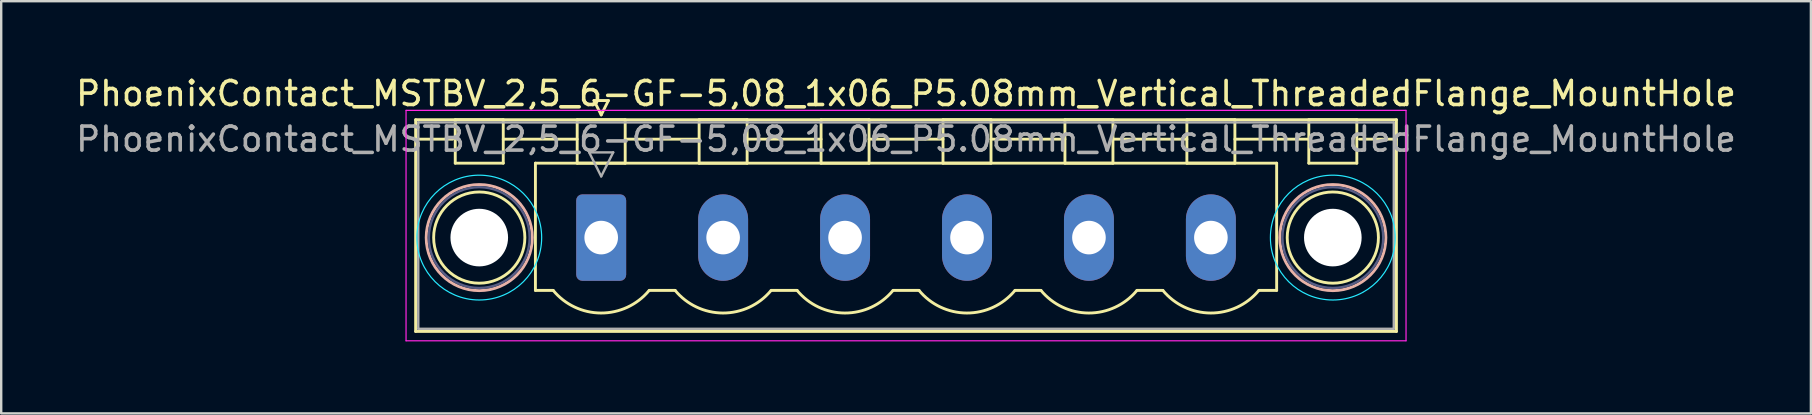
<source format=kicad_pcb>
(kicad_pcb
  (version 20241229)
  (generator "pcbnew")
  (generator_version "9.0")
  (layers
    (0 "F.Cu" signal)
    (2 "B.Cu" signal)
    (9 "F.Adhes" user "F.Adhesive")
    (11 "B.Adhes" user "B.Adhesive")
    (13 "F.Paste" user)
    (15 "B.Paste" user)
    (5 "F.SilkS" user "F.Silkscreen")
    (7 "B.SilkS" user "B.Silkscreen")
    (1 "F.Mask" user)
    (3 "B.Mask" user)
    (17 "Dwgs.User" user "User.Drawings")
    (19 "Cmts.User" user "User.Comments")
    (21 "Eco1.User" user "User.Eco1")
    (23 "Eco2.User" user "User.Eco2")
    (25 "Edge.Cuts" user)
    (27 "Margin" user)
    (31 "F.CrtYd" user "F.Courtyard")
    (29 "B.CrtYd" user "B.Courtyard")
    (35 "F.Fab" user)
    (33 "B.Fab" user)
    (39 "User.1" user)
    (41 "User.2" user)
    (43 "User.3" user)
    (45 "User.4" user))
  (footprint "PhoenixContact_MSTBV_2,5_6-GF-5,08_1x06_P5.08mm_Vertical_ThreadedFlange_MountHole"
    (layer "F.Cu")
    (at 21.996 6.848)
    (property "Reference" "PhoenixContact_MSTBV_2,5_6-GF-5,08_1x06_P5.08mm_Vertical_ThreadedFlange_MountHole" (at 12.7 -6 0) (layer "F.SilkS") (effects (font (size 1 1) (thickness 0.15))))
    (attr through_hole)
    (fp_line (start -7.73 -4.91) (end -7.73 3.91) (stroke (width 0.12) (type solid)) (layer "F.SilkS"))
    (fp_line (start -7.73 -4.1) (end -6.19 -4.1) (stroke (width 0.12) (type solid)) (layer "F.SilkS"))
    (fp_line (start -7.73 3.91) (end 33.13 3.91) (stroke (width 0.12) (type solid)) (layer "F.SilkS"))
    (fp_line (start -6.08 -4.91) (end -4.08 -4.91) (stroke (width 0.12) (type solid)) (layer "F.SilkS"))
    (fp_line (start -6.08 -3.1) (end -6.08 -4.91) (stroke (width 0.12) (type solid)) (layer "F.SilkS"))
    (fp_line (start -4.08 -4.91) (end -4.08 -3.1) (stroke (width 0.12) (type solid)) (layer "F.SilkS"))
    (fp_line (start -4.08 -4.1) (end -1 -4.1) (stroke (width 0.12) (type solid)) (layer "F.SilkS"))
    (fp_line (start -4.08 -3.1) (end -6.08 -3.1) (stroke (width 0.12) (type solid)) (layer "F.SilkS"))
    (fp_line (start -2.74 -3.1) (end 28.14 -3.1) (stroke (width 0.12) (type solid)) (layer "F.SilkS"))
    (fp_line (start -2.74 2.2) (end -2.74 -3.1) (stroke (width 0.12) (type solid)) (layer "F.SilkS"))
    (fp_line (start -2 2.2) (end -2.74 2.2) (stroke (width 0.12) (type solid)) (layer "F.SilkS"))
    (fp_line (start -1 -4.91) (end 1 -4.91) (stroke (width 0.12) (type solid)) (layer "F.SilkS"))
    (fp_line (start -1 -3.1) (end -1 -4.91) (stroke (width 0.12) (type solid)) (layer "F.SilkS"))
    (fp_line (start -0.3 -5.71) (end 0.3 -5.71) (stroke (width 0.12) (type solid)) (layer "F.SilkS"))
    (fp_line (start 0 -5.11) (end -0.3 -5.71) (stroke (width 0.12) (type solid)) (layer "F.SilkS"))
    (fp_line (start 0.3 -5.71) (end 0 -5.11) (stroke (width 0.12) (type solid)) (layer "F.SilkS"))
    (fp_line (start 1 -4.91) (end 1 -3.1) (stroke (width 0.12) (type solid)) (layer "F.SilkS"))
    (fp_line (start 1 -4.1) (end 4.08 -4.1) (stroke (width 0.12) (type solid)) (layer "F.SilkS"))
    (fp_line (start 1 -3.1) (end -1 -3.1) (stroke (width 0.12) (type solid)) (layer "F.SilkS"))
    (fp_line (start 2 2.2) (end 3.08 2.2) (stroke (width 0.12) (type solid)) (layer "F.SilkS"))
    (fp_line (start 4.08 -4.91) (end 6.08 -4.91) (stroke (width 0.12) (type solid)) (layer "F.SilkS"))
    (fp_line (start 4.08 -3.1) (end 4.08 -4.91) (stroke (width 0.12) (type solid)) (layer "F.SilkS"))
    (fp_line (start 6.08 -4.91) (end 6.08 -3.1) (stroke (width 0.12) (type solid)) (layer "F.SilkS"))
    (fp_line (start 6.08 -4.1) (end 9.16 -4.1) (stroke (width 0.12) (type solid)) (layer "F.SilkS"))
    (fp_line (start 6.08 -3.1) (end 4.08 -3.1) (stroke (width 0.12) (type solid)) (layer "F.SilkS"))
    (fp_line (start 7.08 2.2) (end 8.16 2.2) (stroke (width 0.12) (type solid)) (layer "F.SilkS"))
    (fp_line (start 9.16 -4.91) (end 11.16 -4.91) (stroke (width 0.12) (type solid)) (layer "F.SilkS"))
    (fp_line (start 9.16 -3.1) (end 9.16 -4.91) (stroke (width 0.12) (type solid)) (layer "F.SilkS"))
    (fp_line (start 11.16 -4.91) (end 11.16 -3.1) (stroke (width 0.12) (type solid)) (layer "F.SilkS"))
    (fp_line (start 11.16 -4.1) (end 14.24 -4.1) (stroke (width 0.12) (type solid)) (layer "F.SilkS"))
    (fp_line (start 11.16 -3.1) (end 9.16 -3.1) (stroke (width 0.12) (type solid)) (layer "F.SilkS"))
    (fp_line (start 12.16 2.2) (end 13.24 2.2) (stroke (width 0.12) (type solid)) (layer "F.SilkS"))
    (fp_line (start 14.24 -4.91) (end 16.24 -4.91) (stroke (width 0.12) (type solid)) (layer "F.SilkS"))
    (fp_line (start 14.24 -3.1) (end 14.24 -4.91) (stroke (width 0.12) (type solid)) (layer "F.SilkS"))
    (fp_line (start 16.24 -4.91) (end 16.24 -3.1) (stroke (width 0.12) (type solid)) (layer "F.SilkS"))
    (fp_line (start 16.24 -4.1) (end 19.32 -4.1) (stroke (width 0.12) (type solid)) (layer "F.SilkS"))
    (fp_line (start 16.24 -3.1) (end 14.24 -3.1) (stroke (width 0.12) (type solid)) (layer "F.SilkS"))
    (fp_line (start 17.24 2.2) (end 18.32 2.2) (stroke (width 0.12) (type solid)) (layer "F.SilkS"))
    (fp_line (start 19.32 -4.91) (end 21.32 -4.91) (stroke (width 0.12) (type solid)) (layer "F.SilkS"))
    (fp_line (start 19.32 -3.1) (end 19.32 -4.91) (stroke (width 0.12) (type solid)) (layer "F.SilkS"))
    (fp_line (start 21.32 -4.91) (end 21.32 -3.1) (stroke (width 0.12) (type solid)) (layer "F.SilkS"))
    (fp_line (start 21.32 -4.1) (end 24.4 -4.1) (stroke (width 0.12) (type solid)) (layer "F.SilkS"))
    (fp_line (start 21.32 -3.1) (end 19.32 -3.1) (stroke (width 0.12) (type solid)) (layer "F.SilkS"))
    (fp_line (start 22.32 2.2) (end 23.4 2.2) (stroke (width 0.12) (type solid)) (layer "F.SilkS"))
    (fp_line (start 24.4 -4.91) (end 26.4 -4.91) (stroke (width 0.12) (type solid)) (layer "F.SilkS"))
    (fp_line (start 24.4 -3.1) (end 24.4 -4.91) (stroke (width 0.12) (type solid)) (layer "F.SilkS"))
    (fp_line (start 26.4 -4.91) (end 26.4 -3.1) (stroke (width 0.12) (type solid)) (layer "F.SilkS"))
    (fp_line (start 26.4 -4.1) (end 29.48 -4.1) (stroke (width 0.12) (type solid)) (layer "F.SilkS"))
    (fp_line (start 26.4 -3.1) (end 24.4 -3.1) (stroke (width 0.12) (type solid)) (layer "F.SilkS"))
    (fp_line (start 28.14 -3.1) (end 28.14 2.2) (stroke (width 0.12) (type solid)) (layer "F.SilkS"))
    (fp_line (start 28.14 2.2) (end 27.4 2.2) (stroke (width 0.12) (type solid)) (layer "F.SilkS"))
    (fp_line (start 29.48 -4.91) (end 31.48 -4.91) (stroke (width 0.12) (type solid)) (layer "F.SilkS"))
    (fp_line (start 29.48 -3.1) (end 29.48 -4.91) (stroke (width 0.12) (type solid)) (layer "F.SilkS"))
    (fp_line (start 31.48 -4.91) (end 31.48 -3.1) (stroke (width 0.12) (type solid)) (layer "F.SilkS"))
    (fp_line (start 31.48 -3.1) (end 29.48 -3.1) (stroke (width 0.12) (type solid)) (layer "F.SilkS"))
    (fp_line (start 33.13 -4.91) (end -7.73 -4.91) (stroke (width 0.12) (type solid)) (layer "F.SilkS"))
    (fp_line (start 33.13 -4.1) (end 31.59 -4.1) (stroke (width 0.12) (type solid)) (layer "F.SilkS"))
    (fp_line (start 33.13 3.91) (end 33.13 -4.91) (stroke (width 0.12) (type solid)) (layer "F.SilkS"))
    (fp_arc (start 1.986842 2.215821) (mid -0.010289 3.142758) (end -2 2.2) (stroke (width 0.12) (type solid)) (layer "F.SilkS"))
    (fp_arc (start 7.066842 2.215821) (mid 5.069711 3.142758) (end 3.08 2.2) (stroke (width 0.12) (type solid)) (layer "F.SilkS"))
    (fp_arc (start 12.146842 2.215821) (mid 10.149711 3.142758) (end 8.16 2.2) (stroke (width 0.12) (type solid)) (layer "F.SilkS"))
    (fp_arc (start 17.226842 2.215821) (mid 15.229711 3.142758) (end 13.24 2.2) (stroke (width 0.12) (type solid)) (layer "F.SilkS"))
    (fp_arc (start 22.306842 2.215821) (mid 20.309711 3.142758) (end 18.32 2.2) (stroke (width 0.12) (type solid)) (layer "F.SilkS"))
    (fp_arc (start 27.386842 2.215821) (mid 25.389711 3.142758) (end 23.4 2.2) (stroke (width 0.12) (type solid)) (layer "F.SilkS"))
    (fp_circle (center -5.08 0) (end -3.18 0) (stroke (width 0.12) (type solid)) (fill no) (layer "F.SilkS"))
    (fp_circle (center 30.48 0) (end 32.38 0) (stroke (width 0.12) (type solid)) (fill no) (layer "F.SilkS"))
    (fp_circle (center -5.08 0) (end -2.87 0) (stroke (width 0.12) (type solid)) (fill no) (layer "B.SilkS"))
    (fp_circle (center 30.48 0) (end 32.69 0) (stroke (width 0.12) (type solid)) (fill no) (layer "B.SilkS"))
    (fp_circle (center -5.08 0) (end -2.48 0) (stroke (width 0.05) (type solid)) (fill no) (layer "B.CrtYd"))
    (fp_circle (center 30.48 0) (end 33.08 0) (stroke (width 0.05) (type solid)) (fill no) (layer "B.CrtYd"))
    (fp_line (start -8.13 -5.3) (end -8.13 4.3) (stroke (width 0.05) (type solid)) (layer "F.CrtYd"))
    (fp_line (start -8.13 4.3) (end 33.53 4.3) (stroke (width 0.05) (type solid)) (layer "F.CrtYd"))
    (fp_line (start 33.53 -5.3) (end -8.13 -5.3) (stroke (width 0.05) (type solid)) (layer "F.CrtYd"))
    (fp_line (start 33.53 4.3) (end 33.53 -5.3) (stroke (width 0.05) (type solid)) (layer "F.CrtYd"))
    (fp_circle (center -5.08 0) (end -2.98 0) (stroke (width 0.1) (type solid)) (fill no) (layer "B.Fab"))
    (fp_circle (center 30.48 0) (end 32.58 0) (stroke (width 0.1) (type solid)) (fill no) (layer "B.Fab"))
    (fp_line (start -7.62 -4.8) (end -7.62 3.8) (stroke (width 0.1) (type solid)) (layer "F.Fab"))
    (fp_line (start -7.62 3.8) (end 33.02 3.8) (stroke (width 0.1) (type solid)) (layer "F.Fab"))
    (fp_line (start -0.5 -3.55) (end 0.5 -3.55) (stroke (width 0.1) (type solid)) (layer "F.Fab"))
    (fp_line (start 0 -2.55) (end -0.5 -3.55) (stroke (width 0.1) (type solid)) (layer "F.Fab"))
    (fp_line (start 0.5 -3.55) (end 0 -2.55) (stroke (width 0.1) (type solid)) (layer "F.Fab"))
    (fp_line (start 33.02 -4.8) (end -7.62 -4.8) (stroke (width 0.1) (type solid)) (layer "F.Fab"))
    (fp_line (start 33.02 3.8) (end 33.02 -4.8) (stroke (width 0.1) (type solid)) (layer "F.Fab"))
    (fp_text user "${REFERENCE}" (at 12.7 -4.1 0) (layer "F.Fab") (effects (font (size 1 1) (thickness 0.15))))
    (pad "" np_thru_hole circle (at -5.08 0) (size 2.4 2.4) (drill 2.4) (layers "*.Cu" "*.Mask"))
    (pad "" np_thru_hole circle (at 30.48 0) (size 2.4 2.4) (drill 2.4) (layers "*.Cu" "*.Mask"))
    (pad "1" thru_hole roundrect (at 0 0) (size 2.08 3.6) (drill 1.4) (layers "*.Cu" "*.Mask") (roundrect_rratio 0.12))
    (pad "2" thru_hole oval (at 5.08 0) (size 2.08 3.6) (drill 1.4) (layers "*.Cu" "*.Mask"))
    (pad "3" thru_hole oval (at 10.16 0) (size 2.08 3.6) (drill 1.4) (layers "*.Cu" "*.Mask"))
    (pad "4" thru_hole oval (at 15.24 0) (size 2.08 3.6) (drill 1.4) (layers "*.Cu" "*.Mask"))
    (pad "5" thru_hole oval (at 20.32 0) (size 2.08 3.6) (drill 1.4) (layers "*.Cu" "*.Mask"))
    (pad "6" thru_hole oval (at 25.4 0) (size 2.08 3.6) (drill 1.4) (layers "*.Cu" "*.Mask")))
  (gr_rect
    (start -3 -3)
    (end 72.393 14.173)
    (stroke (width 0.1) (type default))
    (fill no)
    (layer "Edge.Cuts")))
</source>
